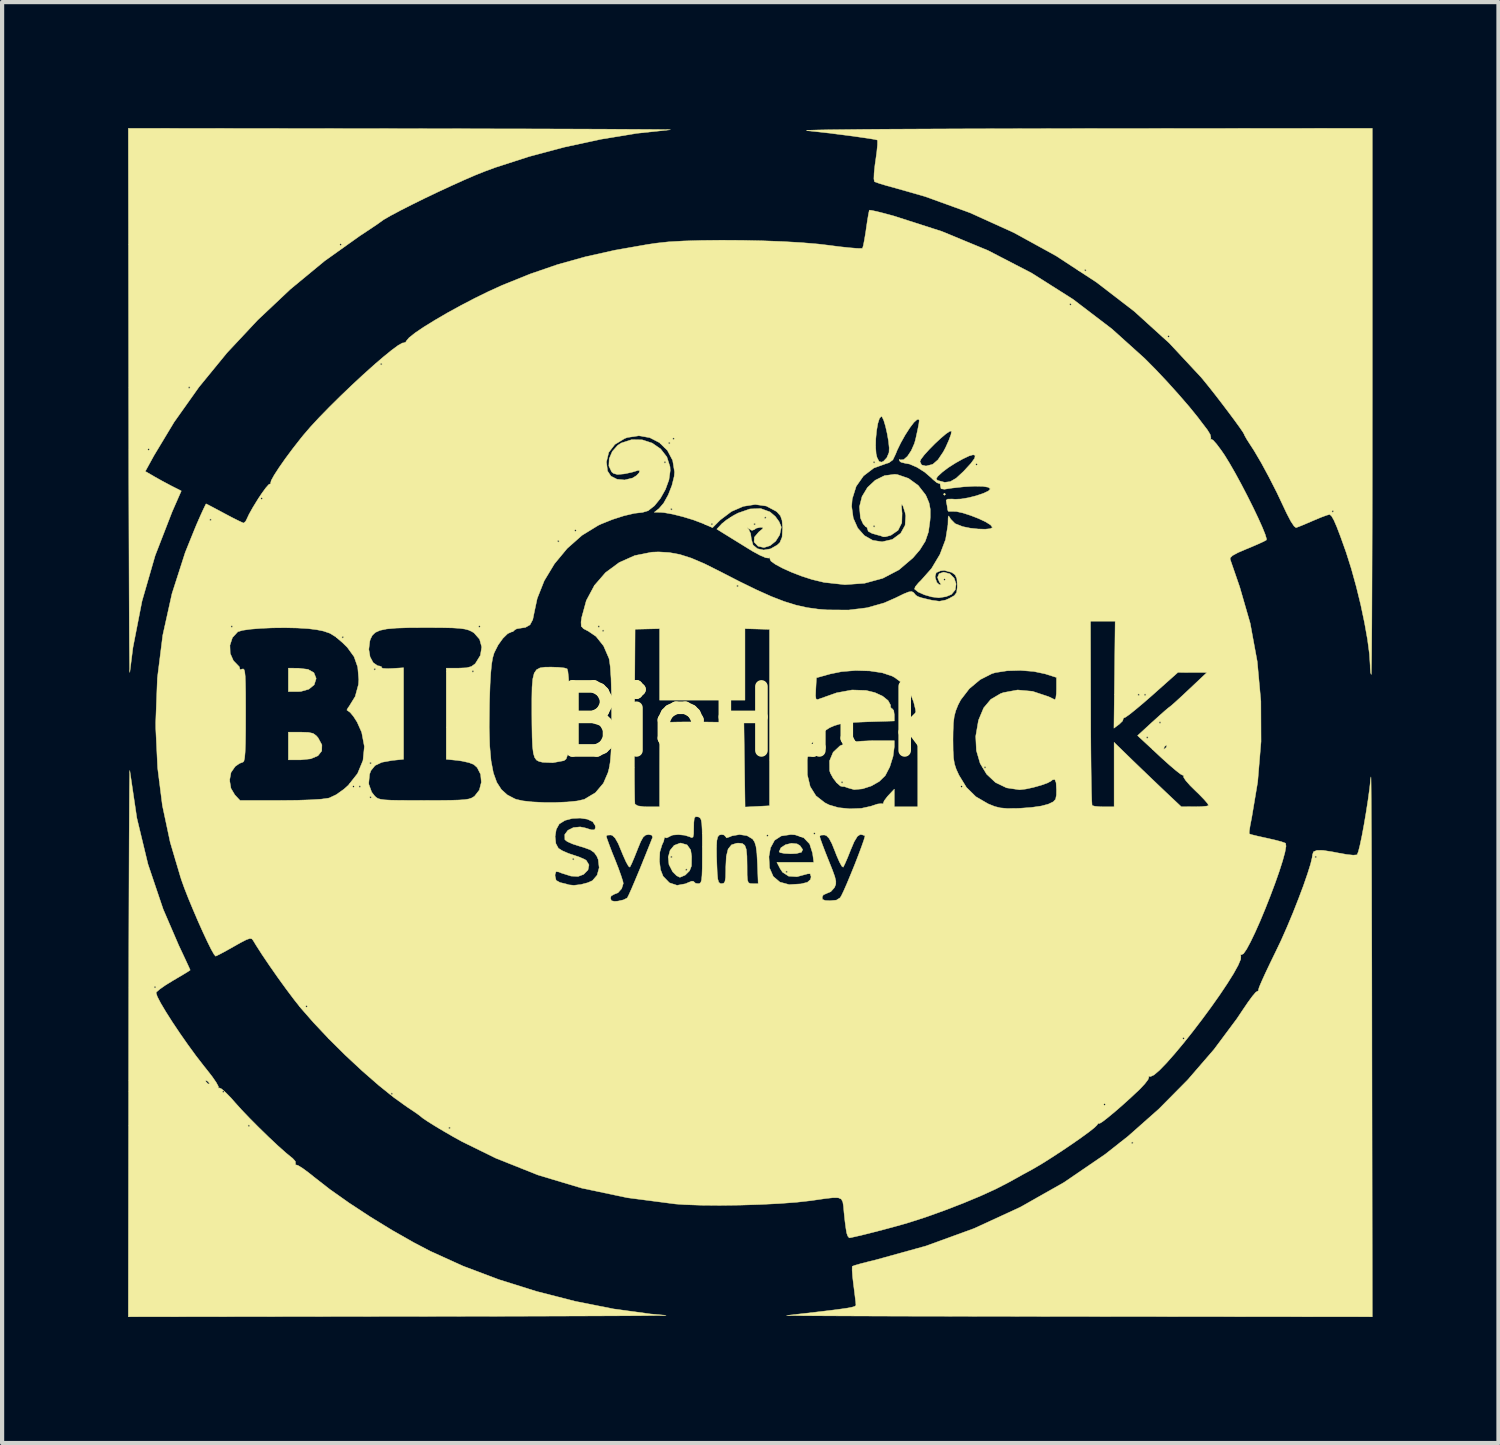
<source format=kicad_pcb>
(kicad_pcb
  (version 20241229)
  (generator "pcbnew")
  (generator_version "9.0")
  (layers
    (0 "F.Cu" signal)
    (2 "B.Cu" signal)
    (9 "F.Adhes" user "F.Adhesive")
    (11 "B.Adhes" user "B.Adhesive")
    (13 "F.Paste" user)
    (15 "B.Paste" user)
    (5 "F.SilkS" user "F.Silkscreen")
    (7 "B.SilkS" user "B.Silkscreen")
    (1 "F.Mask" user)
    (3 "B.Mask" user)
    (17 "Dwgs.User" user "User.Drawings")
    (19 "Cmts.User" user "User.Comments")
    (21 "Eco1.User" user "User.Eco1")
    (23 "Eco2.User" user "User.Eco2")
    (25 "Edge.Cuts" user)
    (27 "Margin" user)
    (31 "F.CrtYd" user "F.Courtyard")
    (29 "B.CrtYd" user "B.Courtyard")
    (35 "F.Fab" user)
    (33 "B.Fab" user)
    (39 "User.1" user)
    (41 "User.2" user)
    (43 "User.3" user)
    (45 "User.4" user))
  (footprint "BioHack"
    (layer "F.Cu")
    (at 14.788 14.127)
    (property "Reference" "BioHack" (at 0 0 0) (layer "F.SilkS") (effects (font (size 1.524 1.524) (thickness 0.3))))
    (attr through_hole)
    (fp_poly (pts (xy 4.674 -5.41) (xy 4.648 -5.385) (xy 4.623 -5.41) (xy 4.648 -5.436) (xy 4.674 -5.41)) (stroke (width 0.01) (type solid)) (fill yes) (layer "F.SilkS"))
    (fp_poly (pts (xy -10.732 -1.268) (xy -10.505 -1.241) (xy -10.365 -1.162) (xy -10.313 -1.032) (xy -10.312 -1.016) (xy -10.358 -0.873) (xy -10.485 -0.769) (xy -10.673 -0.715) (xy -10.752 -0.711) (xy -10.973 -0.711) (xy -10.973 -1.27) (xy -10.732 -1.268)) (stroke (width 0.01) (type solid)) (fill yes) (layer "F.SilkS"))
    (fp_poly (pts (xy -10.494 0.26) (xy -10.384 0.284) (xy -10.308 0.339) (xy -10.265 0.388) (xy -10.174 0.557) (xy -10.178 0.702) (xy -10.268 0.816) (xy -10.44 0.889) (xy -10.678 0.914) (xy -10.973 0.914) (xy -10.973 0.254) (xy -10.672 0.254) (xy -10.494 0.26)) (stroke (width 0.01) (type solid)) (fill yes) (layer "F.SilkS"))
    (fp_poly (pts (xy 1.138 2.914) (xy 1.209 2.957) (xy 1.273 3.05) (xy 1.245 3.112) (xy 1.122 3.144) (xy 0.991 3.15) (xy 0.838 3.142) (xy 0.736 3.122) (xy 0.711 3.102) (xy 0.755 3.005) (xy 0.865 2.934) (xy 1.004 2.9) (xy 1.138 2.914)) (stroke (width 0.01) (type solid)) (fill yes) (layer "F.SilkS"))
    (fp_poly (pts (xy -1.48 2.938) (xy -1.394 3.059) (xy -1.372 3.21) (xy -1.374 3.361) (xy -1.376 3.441) (xy -1.42 3.555) (xy -1.523 3.657) (xy -1.643 3.708) (xy -1.659 3.708) (xy -1.729 3.672) (xy -1.819 3.583) (xy -1.825 3.575) (xy -1.847 3.531) (xy -1.524 3.531) (xy -1.499 3.556) (xy -1.473 3.531) (xy -1.499 3.505) (xy -1.524 3.531) (xy -1.847 3.531) (xy -1.911 3.407) (xy -1.928 3.23) (xy -1.927 3.226) (xy -1.88 3.226) (xy -1.854 3.251) (xy -1.829 3.226) (xy -1.854 3.2) (xy -1.88 3.226) (xy -1.927 3.226) (xy -1.885 3.069) (xy -1.788 2.95) (xy -1.646 2.896) (xy -1.625 2.896) (xy -1.48 2.938)) (stroke (width 0.01) (type solid)) (fill yes) (layer "F.SilkS"))
    (fp_poly (pts (xy 3.454 0.597) (xy 3.424 0.831) (xy 3.347 1.079) (xy 3.241 1.284) (xy 3.238 1.289) (xy 3.096 1.428) (xy 2.905 1.536) (xy 2.695 1.604) (xy 2.498 1.622) (xy 2.342 1.579) (xy 2.339 1.577) (xy 2.258 1.548) (xy 2.231 1.552) (xy 2.17 1.537) (xy 2.084 1.46) (xy 2.074 1.448) (xy 2.184 1.448) (xy 2.21 1.473) (xy 2.235 1.448) (xy 2.21 1.422) (xy 2.184 1.448) (xy 2.074 1.448) (xy 1.997 1.349) (xy 1.932 1.23) (xy 1.914 1.174) (xy 1.912 0.937) (xy 1.998 0.732) (xy 2.16 0.58) (xy 2.312 0.514) (xy 2.456 0.488) (xy 2.664 0.469) (xy 2.9 0.458) (xy 2.985 0.457) (xy 3.454 0.457) (xy 3.454 0.597)) (stroke (width 0.01) (type solid)) (fill yes) (layer "F.SilkS"))
    (fp_poly (pts (xy -4.536 -1.289) (xy -4.399 -1.274) (xy -4.335 -1.253) (xy -4.317 -1.187) (xy -4.302 -1.039) (xy -4.289 -0.829) (xy -4.279 -0.578) (xy -4.273 -0.304) (xy -4.271 -0.028) (xy -4.273 0.23) (xy -4.281 0.45) (xy -4.291 0.591) (xy -4.32 0.783) (xy -4.359 0.891) (xy -4.411 0.933) (xy -4.677 0.982) (xy -4.915 0.972) (xy -4.925 0.97) (xy -5.006 0.951) (xy -5.066 0.918) (xy -5.11 0.856) (xy -5.14 0.754) (xy -5.159 0.598) (xy -5.169 0.375) (xy -5.174 0.072) (xy -5.176 -0.178) (xy -5.176 -0.542) (xy -5.171 -0.817) (xy -5.153 -1.015) (xy -5.12 -1.149) (xy -5.064 -1.232) (xy -4.981 -1.276) (xy -4.866 -1.293) (xy -4.714 -1.295) (xy -4.714 -1.295) (xy -4.536 -1.289)) (stroke (width 0.01) (type solid)) (fill yes) (layer "F.SilkS"))
    (fp_poly (pts (xy -8.217 -14.114) (xy -7.414 -14.112) (xy -6.642 -14.111) (xy -5.908 -14.109) (xy -5.217 -14.108) (xy -4.575 -14.106) (xy -3.987 -14.104) (xy -3.459 -14.102) (xy -2.997 -14.099) (xy -2.607 -14.097) (xy -2.294 -14.095) (xy -2.064 -14.093) (xy -1.923 -14.09) (xy -1.876 -14.088) (xy -1.88 -14.088) (xy -2.681 -14.002) (xy -3.531 -13.862) (xy -4.396 -13.675) (xy -5.244 -13.449) (xy -6.043 -13.191) (xy -6.287 -13.101) (xy -6.518 -13.009) (xy -6.793 -12.89) (xy -7.099 -12.752) (xy -7.42 -12.603) (xy -7.74 -12.45) (xy -8.043 -12.3) (xy -8.315 -12.162) (xy -8.54 -12.042) (xy -8.703 -11.948) (xy -8.788 -11.887) (xy -8.839 -11.85) (xy -8.956 -11.771) (xy -9.121 -11.661) (xy -9.271 -11.562) (xy -10.109 -10.965) (xy -10.924 -10.292) (xy -11.703 -9.558) (xy -12.434 -8.777) (xy -13.101 -7.962) (xy -13.693 -7.127) (xy -14.172 -6.332) (xy -14.379 -5.955) (xy -14.162 -5.829) (xy -13.977 -5.725) (xy -13.782 -5.621) (xy -13.733 -5.596) (xy -13.522 -5.489) (xy -13.74 -4.992) (xy -14.145 -3.947) (xy -14.457 -2.866) (xy -14.673 -1.76) (xy -14.748 -1.168) (xy -14.751 -1.196) (xy -14.753 -1.32) (xy -14.755 -1.533) (xy -14.758 -1.831) (xy -14.76 -2.208) (xy -14.762 -2.657) (xy -14.764 -3.173) (xy -14.766 -3.75) (xy -14.768 -4.383) (xy -14.77 -5.066) (xy -14.772 -5.792) (xy -14.773 -6.477) (xy -14.326 -6.477) (xy -14.3 -6.452) (xy -14.275 -6.477) (xy -14.3 -6.502) (xy -14.326 -6.477) (xy -14.773 -6.477) (xy -14.773 -6.557) (xy -14.774 -7.354) (xy -14.775 -7.556) (xy -14.775 -7.95) (xy -13.36 -7.95) (xy -13.335 -7.925) (xy -13.31 -7.95) (xy -13.335 -7.976) (xy -13.36 -7.95) (xy -14.775 -7.95) (xy -14.779 -11.354) (xy -9.754 -11.354) (xy -9.728 -11.328) (xy -9.703 -11.354) (xy -9.728 -11.379) (xy -9.754 -11.354) (xy -14.779 -11.354) (xy -14.783 -14.122) (xy -8.217 -14.114)) (stroke (width 0.01) (type solid)) (fill yes) (layer "F.SilkS"))
    (fp_poly (pts (xy 14.803 1.348) (xy 14.805 1.472) (xy 14.807 1.685) (xy 14.809 1.983) (xy 14.811 2.359) (xy 14.814 2.808) (xy 14.816 3.323) (xy 14.818 3.9) (xy 14.819 4.532) (xy 14.821 5.214) (xy 14.823 5.939) (xy 14.824 6.702) (xy 14.825 7.497) (xy 14.825 7.658) (xy 14.834 14.173) (xy 7.785 14.166) (xy 6.951 14.165) (xy 6.146 14.163) (xy 5.378 14.162) (xy 4.651 14.16) (xy 3.972 14.159) (xy 3.344 14.157) (xy 2.776 14.155) (xy 2.271 14.153) (xy 1.836 14.151) (xy 1.475 14.149) (xy 1.196 14.147) (xy 1.003 14.144) (xy 0.902 14.142) (xy 0.889 14.141) (xy 1.343 14.09) (xy 1.706 14.048) (xy 1.989 14.014) (xy 2.2 13.986) (xy 2.35 13.964) (xy 2.449 13.944) (xy 2.507 13.927) (xy 2.534 13.91) (xy 2.54 13.894) (xy 2.534 13.818) (xy 2.516 13.67) (xy 2.492 13.477) (xy 2.484 13.416) (xy 2.461 13.221) (xy 2.45 13.068) (xy 2.451 12.981) (xy 2.455 12.971) (xy 2.513 12.949) (xy 2.648 12.91) (xy 2.839 12.861) (xy 3.007 12.82) (xy 4.205 12.488) (xy 5.354 12.07) (xy 6.45 11.565) (xy 7.491 10.976) (xy 8.476 10.303) (xy 8.819 10.033) (xy 9.093 10.033) (xy 9.119 10.058) (xy 9.144 10.033) (xy 9.119 10.008) (xy 9.093 10.033) (xy 8.819 10.033) (xy 9.017 9.877) (xy 9.751 9.227) (xy 10.44 8.531) (xy 11.066 7.807) (xy 11.612 7.074) (xy 11.747 6.872) (xy 11.873 6.686) (xy 11.981 6.539) (xy 12.059 6.448) (xy 12.091 6.427) (xy 12.122 6.411) (xy 12.123 6.388) (xy 12.142 6.324) (xy 12.201 6.185) (xy 12.291 5.987) (xy 12.406 5.745) (xy 12.532 5.486) (xy 12.666 5.206) (xy 12.805 4.891) (xy 12.944 4.559) (xy 13.075 4.226) (xy 13.194 3.91) (xy 13.292 3.626) (xy 13.365 3.393) (xy 13.405 3.226) (xy 13.405 3.226) (xy 13.462 3.226) (xy 13.487 3.251) (xy 13.513 3.226) (xy 13.487 3.2) (xy 13.462 3.226) (xy 13.405 3.226) (xy 13.411 3.169) (xy 13.435 3.101) (xy 13.516 3.068) (xy 13.664 3.069) (xy 13.892 3.105) (xy 13.999 3.126) (xy 14.219 3.166) (xy 14.381 3.183) (xy 14.467 3.175) (xy 14.473 3.171) (xy 14.502 3.098) (xy 14.541 2.943) (xy 14.587 2.725) (xy 14.636 2.462) (xy 14.685 2.173) (xy 14.731 1.878) (xy 14.77 1.594) (xy 14.798 1.341) (xy 14.8 1.321) (xy 14.803 1.348)) (stroke (width 0.01) (type solid)) (fill yes) (layer "F.SilkS"))
    (fp_poly (pts (xy 14.834 -7.62) (xy 14.833 -6.816) (xy 14.833 -6.041) (xy 14.832 -5.3) (xy 14.831 -4.6) (xy 14.829 -3.947) (xy 14.827 -3.346) (xy 14.825 -2.804) (xy 14.823 -2.326) (xy 14.82 -1.919) (xy 14.818 -1.589) (xy 14.815 -1.342) (xy 14.812 -1.183) (xy 14.809 -1.119) (xy 14.808 -1.118) (xy 14.793 -1.163) (xy 14.784 -1.277) (xy 14.783 -1.333) (xy 14.766 -1.605) (xy 14.72 -1.951) (xy 14.649 -2.349) (xy 14.559 -2.777) (xy 14.452 -3.213) (xy 14.335 -3.636) (xy 14.212 -4.024) (xy 14.198 -4.064) (xy 14.082 -4.389) (xy 13.991 -4.628) (xy 13.921 -4.79) (xy 13.867 -4.886) (xy 13.825 -4.925) (xy 13.813 -4.928) (xy 13.742 -4.908) (xy 13.607 -4.858) (xy 13.436 -4.786) (xy 13.42 -4.779) (xy 13.245 -4.704) (xy 13.102 -4.645) (xy 13.021 -4.615) (xy 13.018 -4.614) (xy 12.971 -4.651) (xy 12.894 -4.767) (xy 12.799 -4.949) (xy 12.773 -5.004) (xy 13.868 -5.004) (xy 13.894 -4.978) (xy 13.919 -5.004) (xy 13.894 -5.029) (xy 13.868 -5.004) (xy 12.773 -5.004) (xy 12.737 -5.08) (xy 12.564 -5.446) (xy 12.376 -5.815) (xy 12.19 -6.159) (xy 12.018 -6.451) (xy 11.929 -6.588) (xy 11.847 -6.716) (xy 11.795 -6.807) (xy 11.786 -6.832) (xy 11.756 -6.886) (xy 11.675 -7.004) (xy 11.555 -7.17) (xy 11.408 -7.367) (xy 11.246 -7.581) (xy 11.081 -7.795) (xy 10.924 -7.993) (xy 10.788 -8.16) (xy 10.75 -8.204) (xy 9.997 -9.012) (xy 9.823 -9.169) (xy 9.957 -9.169) (xy 9.982 -9.144) (xy 10.008 -9.169) (xy 9.982 -9.195) (xy 9.957 -9.169) (xy 9.823 -9.169) (xy 9.165 -9.766) (xy 8.264 -10.459) (xy 7.827 -10.744) (xy 7.976 -10.744) (xy 8.001 -10.719) (xy 8.026 -10.744) (xy 8.001 -10.77) (xy 7.976 -10.744) (xy 7.827 -10.744) (xy 7.304 -11.086) (xy 6.298 -11.639) (xy 5.254 -12.112) (xy 4.185 -12.499) (xy 3.48 -12.7) (xy 3.275 -12.756) (xy 3.107 -12.806) (xy 3.001 -12.844) (xy 2.98 -12.855) (xy 2.968 -12.919) (xy 2.973 -13.058) (xy 2.993 -13.248) (xy 3.009 -13.358) (xy 3.037 -13.562) (xy 3.053 -13.726) (xy 3.054 -13.825) (xy 3.048 -13.843) (xy 2.985 -13.858) (xy 2.84 -13.882) (xy 2.632 -13.912) (xy 2.381 -13.947) (xy 2.105 -13.982) (xy 1.823 -14.017) (xy 1.556 -14.047) (xy 1.372 -14.066) (xy 1.363 -14.072) (xy 1.453 -14.077) (xy 1.636 -14.083) (xy 1.909 -14.088) (xy 2.268 -14.092) (xy 2.71 -14.097) (xy 3.229 -14.101) (xy 3.822 -14.104) (xy 4.486 -14.107) (xy 5.216 -14.11) (xy 6.008 -14.112) (xy 6.859 -14.114) (xy 7.765 -14.116) (xy 7.887 -14.116) (xy 14.834 -14.122) (xy 14.834 -7.62)) (stroke (width 0.01) (type solid)) (fill yes) (layer "F.SilkS"))
    (fp_poly (pts (xy -14.748 1.168) (xy -14.58 2.299) (xy -14.315 3.398) (xy -13.954 4.468) (xy -13.583 5.329) (xy -13.48 5.548) (xy -13.394 5.732) (xy -13.335 5.861) (xy -13.31 5.918) (xy -13.31 5.919) (xy -13.35 5.947) (xy -13.46 6.015) (xy -13.619 6.109) (xy -13.716 6.166) (xy -13.894 6.275) (xy -14.032 6.372) (xy -14.111 6.44) (xy -14.122 6.461) (xy -14.093 6.55) (xy -14.012 6.706) (xy -13.889 6.913) (xy -13.734 7.157) (xy -13.556 7.423) (xy -13.365 7.696) (xy -13.171 7.962) (xy -12.983 8.205) (xy -12.918 8.286) (xy -12.787 8.454) (xy -12.691 8.593) (xy -12.64 8.687) (xy -12.638 8.713) (xy -12.64 8.732) (xy -12.62 8.723) (xy -12.566 8.746) (xy -12.466 8.833) (xy -12.334 8.968) (xy -12.244 9.071) (xy -12.09 9.242) (xy -11.893 9.448) (xy -11.671 9.671) (xy -11.442 9.894) (xy -11.225 10.098) (xy -11.036 10.266) (xy -10.896 10.382) (xy -10.874 10.397) (xy -10.806 10.473) (xy -10.802 10.532) (xy -10.811 10.565) (xy -10.796 10.555) (xy -10.743 10.57) (xy -10.631 10.639) (xy -10.48 10.751) (xy -10.369 10.84) (xy -9.983 11.141) (xy -9.527 11.463) (xy -9.026 11.792) (xy -8.504 12.112) (xy -7.985 12.407) (xy -7.595 12.611) (xy -6.816 12.965) (xy -5.965 13.286) (xy -5.066 13.568) (xy -4.146 13.804) (xy -3.23 13.986) (xy -2.343 14.107) (xy -1.981 14.139) (xy -2.002 14.141) (xy -2.12 14.143) (xy -2.327 14.145) (xy -2.619 14.148) (xy -2.989 14.15) (xy -3.432 14.152) (xy -3.943 14.154) (xy -4.515 14.156) (xy -5.143 14.158) (xy -5.821 14.16) (xy -6.543 14.161) (xy -7.304 14.163) (xy -8.098 14.164) (xy -8.268 14.164) (xy -14.783 14.173) (xy -14.777 9.627) (xy -11.938 9.627) (xy -11.913 9.652) (xy -11.887 9.627) (xy -11.913 9.601) (xy -11.938 9.627) (xy -14.777 9.627) (xy -14.776 8.814) (xy -12.548 8.814) (xy -12.522 8.839) (xy -12.497 8.814) (xy -12.522 8.788) (xy -12.548 8.814) (xy -14.776 8.814) (xy -14.776 8.549) (xy -12.946 8.549) (xy -12.933 8.577) (xy -12.882 8.632) (xy -12.853 8.621) (xy -12.852 8.614) (xy -12.888 8.571) (xy -12.911 8.555) (xy -12.946 8.549) (xy -14.776 8.549) (xy -14.775 7.582) (xy -14.774 6.776) (xy -14.773 6.325) (xy -14.173 6.325) (xy -14.148 6.35) (xy -14.122 6.325) (xy -14.148 6.299) (xy -14.173 6.325) (xy -14.773 6.325) (xy -14.772 6.001) (xy -14.771 5.263) (xy -14.769 4.568) (xy -14.767 3.92) (xy -14.765 3.326) (xy -14.763 2.793) (xy -14.76 2.324) (xy -14.758 1.927) (xy -14.756 1.607) (xy -14.753 1.37) (xy -14.751 1.221) (xy -14.748 1.166) (xy -14.748 1.168)) (stroke (width 0.01) (type solid)) (fill yes) (layer "F.SilkS"))
    (fp_poly (pts (xy 2.914 -12.168) (xy 3.044 -12.14) (xy 3.232 -12.092) (xy 3.433 -12.038) (xy 4.585 -11.668) (xy 5.683 -11.214) (xy 6.724 -10.675) (xy 7.708 -10.052) (xy 8.634 -9.346) (xy 9.417 -8.641) (xy 9.674 -8.382) (xy 9.949 -8.09) (xy 10.222 -7.787) (xy 10.473 -7.497) (xy 10.68 -7.242) (xy 10.759 -7.137) (xy 10.814 -7.065) (xy 10.898 -6.955) (xy 10.909 -6.941) (xy 10.976 -6.83) (xy 10.993 -6.747) (xy 10.989 -6.738) (xy 10.983 -6.708) (xy 11 -6.72) (xy 11.044 -6.697) (xy 11.127 -6.604) (xy 11.237 -6.457) (xy 11.318 -6.339) (xy 11.437 -6.145) (xy 11.572 -5.91) (xy 11.715 -5.647) (xy 11.858 -5.372) (xy 11.994 -5.1) (xy 12.115 -4.847) (xy 12.214 -4.627) (xy 12.283 -4.456) (xy 12.315 -4.349) (xy 12.313 -4.321) (xy 12.248 -4.285) (xy 12.113 -4.223) (xy 11.932 -4.145) (xy 11.846 -4.11) (xy 11.633 -4.019) (xy 11.505 -3.949) (xy 11.451 -3.894) (xy 11.45 -3.862) (xy 11.476 -3.786) (xy 11.528 -3.635) (xy 11.598 -3.432) (xy 11.678 -3.2) (xy 11.927 -2.337) (xy 12.095 -1.425) (xy 12.181 -0.482) (xy 12.185 0.478) (xy 12.105 1.44) (xy 11.962 2.294) (xy 11.927 2.472) (xy 11.906 2.608) (xy 11.903 2.673) (xy 11.904 2.675) (xy 11.959 2.694) (xy 12.089 2.726) (xy 12.268 2.766) (xy 12.324 2.778) (xy 12.517 2.822) (xy 12.672 2.863) (xy 12.761 2.895) (xy 12.77 2.9) (xy 12.78 2.969) (xy 12.755 3.112) (xy 12.699 3.317) (xy 12.619 3.568) (xy 12.52 3.85) (xy 12.407 4.151) (xy 12.287 4.455) (xy 12.165 4.749) (xy 12.046 5.017) (xy 11.936 5.246) (xy 11.842 5.421) (xy 11.768 5.528) (xy 11.72 5.553) (xy 11.693 5.555) (xy 11.705 5.581) (xy 11.701 5.661) (xy 11.64 5.805) (xy 11.531 6.002) (xy 11.382 6.24) (xy 11.202 6.509) (xy 10.998 6.798) (xy 10.78 7.094) (xy 10.556 7.387) (xy 10.334 7.666) (xy 10.122 7.919) (xy 9.93 8.136) (xy 9.766 8.305) (xy 9.637 8.415) (xy 9.554 8.454) (xy 9.538 8.45) (xy 9.507 8.448) (xy 9.515 8.467) (xy 9.496 8.524) (xy 9.418 8.627) (xy 9.297 8.756) (xy 9.281 8.771) (xy 9.086 8.954) (xy 8.887 9.134) (xy 8.7 9.296) (xy 8.537 9.431) (xy 8.413 9.527) (xy 8.341 9.571) (xy 8.33 9.569) (xy 8.308 9.568) (xy 8.279 9.61) (xy 8.217 9.671) (xy 8.087 9.774) (xy 7.903 9.908) (xy 7.684 10.061) (xy 7.445 10.222) (xy 7.205 10.379) (xy 6.979 10.522) (xy 6.784 10.637) (xy 6.731 10.667) (xy 6.523 10.78) (xy 6.306 10.901) (xy 6.172 10.975) (xy 5.877 11.127) (xy 5.508 11.296) (xy 5.088 11.471) (xy 4.642 11.643) (xy 4.195 11.803) (xy 3.835 11.919) (xy 3.657 11.972) (xy 3.434 12.034) (xy 3.188 12.1) (xy 2.941 12.164) (xy 2.714 12.221) (xy 2.53 12.264) (xy 2.411 12.29) (xy 2.38 12.294) (xy 2.345 12.251) (xy 2.32 12.179) (xy 2.302 12.072) (xy 2.279 11.901) (xy 2.258 11.702) (xy 2.257 11.697) (xy 2.244 11.543) (xy 2.227 11.437) (xy 2.191 11.371) (xy 2.12 11.34) (xy 1.998 11.338) (xy 1.81 11.359) (xy 1.54 11.398) (xy 1.473 11.408) (xy 1.134 11.446) (xy 0.721 11.477) (xy 0.259 11.5) (xy -0.224 11.515) (xy -0.703 11.521) (xy -1.151 11.517) (xy -1.542 11.503) (xy -1.756 11.488) (xy -2.9 11.339) (xy -3.988 11.11) (xy -5.029 10.798) (xy -6.03 10.399) (xy -6.833 10.005) (xy -7.05 9.885) (xy -7.273 9.756) (xy -7.405 9.677) (xy -7.163 9.677) (xy -7.137 9.703) (xy -7.112 9.677) (xy -7.137 9.652) (xy -7.163 9.677) (xy -7.405 9.677) (xy -7.482 9.631) (xy -7.658 9.521) (xy -7.779 9.439) (xy -7.823 9.402) (xy -7.876 9.361) (xy -7.989 9.282) (xy -8.135 9.185) (xy -8.228 9.119) (xy 8.433 9.119) (xy 8.458 9.144) (xy 8.484 9.119) (xy 8.458 9.093) (xy 8.433 9.119) (xy -8.228 9.119) (xy -8.457 8.955) (xy -8.57 8.865) (xy -8.534 8.865) (xy -8.509 8.89) (xy -8.484 8.865) (xy -8.509 8.839) (xy -8.534 8.865) (xy -8.57 8.865) (xy -8.823 8.661) (xy -9.216 8.318) (xy -9.618 7.944) (xy -10.011 7.554) (xy -10.02 7.544) (xy 10.312 7.544) (xy 10.338 7.569) (xy 10.363 7.544) (xy 10.338 7.518) (xy 10.312 7.544) (xy -10.02 7.544) (xy -10.378 7.164) (xy -10.671 6.829) (xy -10.709 6.782) (xy -10.566 6.782) (xy -10.541 6.807) (xy -10.516 6.782) (xy -10.541 6.756) (xy -10.566 6.782) (xy -10.709 6.782) (xy -10.829 6.631) (xy -11.017 6.381) (xy -11.22 6.101) (xy -11.42 5.815) (xy -11.601 5.547) (xy -11.746 5.321) (xy -11.811 5.213) (xy -11.842 5.175) (xy -11.891 5.167) (xy -11.974 5.196) (xy -12.112 5.267) (xy -12.268 5.355) (xy -12.449 5.457) (xy -12.596 5.536) (xy -12.687 5.581) (xy -12.705 5.588) (xy -12.743 5.543) (xy -12.812 5.421) (xy -12.903 5.237) (xy -13.01 5.008) (xy -13.126 4.749) (xy -13.242 4.478) (xy -13.353 4.211) (xy -13.45 3.963) (xy -13.523 3.759) (xy -13.548 3.677) (xy -4.623 3.677) (xy -4.598 3.782) (xy -4.505 3.834) (xy -4.483 3.839) (xy -4.362 3.868) (xy -4.293 3.889) (xy -4.175 3.901) (xy -4.01 3.882) (xy -3.845 3.839) (xy -3.734 3.79) (xy -3.622 3.66) (xy -3.573 3.482) (xy -3.595 3.289) (xy -3.626 3.213) (xy -3.689 3.122) (xy -3.783 3.056) (xy -3.938 2.999) (xy -4.034 2.971) (xy -4.205 2.916) (xy -4.333 2.859) (xy -4.39 2.813) (xy -4.391 2.731) (xy -3.404 2.731) (xy -3.385 2.795) (xy -3.336 2.93) (xy -3.265 3.117) (xy -3.2 3.277) (xy -3.116 3.491) (xy -3.05 3.676) (xy -3.008 3.807) (xy -2.999 3.857) (xy -3.037 3.979) (xy -3.125 4.078) (xy -3.219 4.115) (xy -3.289 4.156) (xy -3.302 4.206) (xy -3.283 4.267) (xy -3.208 4.283) (xy -3.126 4.277) (xy -2.994 4.247) (xy -2.907 4.203) (xy -2.903 4.198) (xy -2.869 4.132) (xy -2.803 3.985) (xy -2.712 3.771) (xy -2.601 3.505) (xy -2.525 3.318) (xy -2.139 3.318) (xy -2.112 3.528) (xy -2.051 3.685) (xy -1.9 3.841) (xy -1.718 3.901) (xy -1.513 3.863) (xy -1.46 3.838) (xy -1.365 3.801) (xy -1.321 3.81) (xy -1.321 3.813) (xy -1.278 3.852) (xy -1.219 3.861) (xy -1.181 3.856) (xy -1.153 3.831) (xy -1.135 3.772) (xy -1.125 3.663) (xy -1.119 3.49) (xy -1.118 3.237) (xy -1.118 3.079) (xy -1.118 2.987) (xy -0.779 2.987) (xy -0.777 3.216) (xy -0.771 3.391) (xy -0.762 3.612) (xy -0.749 3.751) (xy -0.727 3.826) (xy -0.693 3.856) (xy -0.657 3.861) (xy -0.607 3.851) (xy -0.578 3.808) (xy -0.563 3.711) (xy -0.559 3.54) (xy -0.559 3.471) (xy -0.546 3.211) (xy -0.503 3.038) (xy -0.422 2.937) (xy -0.298 2.898) (xy -0.252 2.896) (xy -0.163 2.906) (xy -0.105 2.95) (xy -0.071 3.043) (xy -0.055 3.203) (xy -0.051 3.447) (xy -0.051 3.459) (xy -0.05 3.659) (xy -0.041 3.778) (xy -0.019 3.838) (xy 0.024 3.858) (xy 0.081 3.861) (xy 0.213 3.861) (xy 0.195 3.383) (xy 0.186 3.217) (xy 0.469 3.217) (xy 0.483 3.486) (xy 0.572 3.69) (xy 0.73 3.824) (xy 0.951 3.884) (xy 1.23 3.867) (xy 1.384 3.829) (xy 1.457 3.764) (xy 1.473 3.7) (xy 1.451 3.625) (xy 1.392 3.627) (xy 1.136 3.696) (xy 0.937 3.683) (xy 0.792 3.588) (xy 0.788 3.581) (xy 0.864 3.581) (xy 0.889 3.607) (xy 0.914 3.581) (xy 0.889 3.556) (xy 0.864 3.581) (xy 0.788 3.581) (xy 0.736 3.504) (xy 0.658 3.353) (xy 1.537 3.353) (xy 1.508 3.137) (xy 1.438 2.916) (xy 1.299 2.77) (xy 1.196 2.734) (xy 1.676 2.734) (xy 1.695 2.799) (xy 1.744 2.936) (xy 1.816 3.124) (xy 1.888 3.305) (xy 1.98 3.535) (xy 2.037 3.693) (xy 2.062 3.799) (xy 2.061 3.873) (xy 2.037 3.937) (xy 2.026 3.958) (xy 1.941 4.053) (xy 1.853 4.089) (xy 1.764 4.129) (xy 1.737 4.178) (xy 1.744 4.236) (xy 1.81 4.262) (xy 1.925 4.267) (xy 2.075 4.253) (xy 2.161 4.199) (xy 2.191 4.154) (xy 2.25 4.031) (xy 2.328 3.853) (xy 2.417 3.639) (xy 2.51 3.411) (xy 2.597 3.186) (xy 2.672 2.986) (xy 2.727 2.829) (xy 2.754 2.737) (xy 2.754 2.72) (xy 2.685 2.696) (xy 2.641 2.692) (xy 2.576 2.734) (xy 2.498 2.863) (xy 2.414 3.061) (xy 2.342 3.241) (xy 2.28 3.384) (xy 2.24 3.464) (xy 2.236 3.47) (xy 2.203 3.445) (xy 2.147 3.343) (xy 2.078 3.185) (xy 2.051 3.114) (xy 1.968 2.908) (xy 1.901 2.783) (xy 1.839 2.719) (xy 1.789 2.702) (xy 1.701 2.707) (xy 1.676 2.734) (xy 1.196 2.734) (xy 1.092 2.699) (xy 0.991 2.692) (xy 0.762 2.726) (xy 0.603 2.829) (xy 0.506 3.009) (xy 0.469 3.217) (xy 0.186 3.217) (xy 0.182 3.141) (xy 0.161 2.977) (xy 0.128 2.87) (xy 0.081 2.799) (xy -0.052 2.719) (xy -0.058 2.718) (xy 0.406 2.718) (xy 0.432 2.743) (xy 0.457 2.718) (xy 0.432 2.692) (xy 0.406 2.718) (xy -0.058 2.718) (xy -0.231 2.692) (xy -0.411 2.723) (xy -0.461 2.745) (xy -0.541 2.772) (xy -0.559 2.745) (xy -0.601 2.702) (xy -0.657 2.692) (xy -0.712 2.703) (xy -0.749 2.746) (xy -0.771 2.835) (xy -0.779 2.987) (xy -1.118 2.987) (xy -1.118 2.782) (xy -1.12 2.667) (xy 1.524 2.667) (xy 1.549 2.692) (xy 1.575 2.667) (xy 1.549 2.642) (xy 1.524 2.667) (xy -1.12 2.667) (xy -1.122 2.57) (xy -1.13 2.429) (xy -1.145 2.343) (xy -1.168 2.298) (xy -1.202 2.276) (xy -1.219 2.271) (xy -1.278 2.266) (xy -1.308 2.303) (xy -1.319 2.404) (xy -1.321 2.521) (xy -1.324 2.678) (xy -1.338 2.753) (xy -1.372 2.766) (xy -1.419 2.745) (xy -1.539 2.708) (xy -1.686 2.694) (xy -1.821 2.704) (xy -1.902 2.739) (xy -1.906 2.744) (xy -1.967 2.773) (xy -1.986 2.766) (xy -2.023 2.764) (xy -2.022 2.778) (xy -2.036 2.849) (xy -2.077 2.939) (xy -2.128 3.106) (xy -2.139 3.318) (xy -2.525 3.318) (xy -2.477 3.199) (xy -2.345 2.87) (xy -2.3 2.756) (xy -2.32 2.706) (xy -2.4 2.692) (xy -2.468 2.705) (xy -2.525 2.754) (xy -2.584 2.86) (xy -2.659 3.042) (xy -2.666 3.061) (xy -2.738 3.241) (xy -2.799 3.384) (xy -2.839 3.463) (xy -2.843 3.469) (xy -2.876 3.444) (xy -2.933 3.342) (xy -3.004 3.184) (xy -3.033 3.113) (xy -3.12 2.904) (xy -3.192 2.777) (xy -3.257 2.714) (xy -3.295 2.702) (xy -3.381 2.707) (xy -3.404 2.731) (xy -4.391 2.731) (xy -4.392 2.691) (xy -4.317 2.591) (xy -4.187 2.526) (xy -4.025 2.51) (xy -3.906 2.534) (xy -3.758 2.58) (xy -3.683 2.58) (xy -3.662 2.53) (xy -3.667 2.479) (xy -3.726 2.386) (xy -3.855 2.326) (xy -4.026 2.3) (xy -4.212 2.309) (xy -4.386 2.355) (xy -4.52 2.438) (xy -4.524 2.441) (xy -4.595 2.57) (xy -4.622 2.74) (xy -4.604 2.906) (xy -4.544 3.018) (xy -4.451 3.077) (xy -4.302 3.142) (xy -4.208 3.173) (xy -4.047 3.227) (xy -3.921 3.282) (xy -3.88 3.307) (xy -3.815 3.415) (xy -3.839 3.535) (xy -3.942 3.64) (xy -4.075 3.69) (xy -4.243 3.681) (xy -4.466 3.611) (xy -4.534 3.583) (xy -4.6 3.574) (xy -4.622 3.64) (xy -4.623 3.677) (xy -13.548 3.677) (xy -13.667 3.277) (xy -4.216 3.277) (xy -4.191 3.302) (xy -4.166 3.277) (xy -4.191 3.251) (xy -4.216 3.277) (xy -13.667 3.277) (xy -13.786 2.874) (xy -13.972 1.999) (xy -14.048 1.399) (xy -12.372 1.399) (xy -12.34 1.591) (xy -12.247 1.748) (xy -12.123 1.88) (xy -11.16 1.88) (xy -10.767 1.876) (xy -10.439 1.865) (xy -10.188 1.849) (xy -10.023 1.826) (xy -9.994 1.819) (xy -9.962 1.803) (xy -9.042 1.803) (xy -9.017 1.829) (xy -8.992 1.803) (xy -9.017 1.778) (xy -9.042 1.803) (xy -9.962 1.803) (xy -9.834 1.743) (xy -9.651 1.613) (xy -9.579 1.549) (xy -9.449 1.549) (xy -9.423 1.575) (xy -9.398 1.549) (xy -9.296 1.549) (xy -9.271 1.575) (xy -9.246 1.549) (xy -9.271 1.524) (xy -9.296 1.549) (xy -9.398 1.549) (xy -9.423 1.524) (xy -9.449 1.549) (xy -9.579 1.549) (xy -9.547 1.52) (xy -9.518 1.484) (xy -9.061 1.484) (xy -8.989 1.682) (xy -8.925 1.765) (xy -8.887 1.803) (xy -8.843 1.832) (xy -8.778 1.852) (xy -8.678 1.866) (xy -8.53 1.874) (xy -8.319 1.878) (xy -8.031 1.879) (xy -7.745 1.88) (xy -7.385 1.879) (xy -7.112 1.876) (xy -6.912 1.87) (xy -6.771 1.86) (xy -6.674 1.844) (xy -6.607 1.821) (xy -6.556 1.79) (xy -6.541 1.78) (xy -6.426 1.633) (xy -6.378 1.448) (xy -6.395 1.259) (xy -6.478 1.096) (xy -6.56 1.023) (xy -6.672 0.98) (xy -6.838 0.943) (xy -6.94 0.928) (xy -7.214 0.9) (xy -7.214 0.135) (xy -6.191 0.135) (xy -6.179 0.577) (xy -6.147 0.937) (xy -6.092 1.224) (xy -6.011 1.449) (xy -5.901 1.62) (xy -5.761 1.747) (xy -5.586 1.839) (xy -5.549 1.854) (xy -5.388 1.89) (xy -5.158 1.915) (xy -4.886 1.928) (xy -4.601 1.928) (xy -4.329 1.916) (xy -4.099 1.893) (xy -3.938 1.857) (xy -3.923 1.852) (xy -3.661 1.695) (xy -3.472 1.471) (xy -3.364 1.221) (xy -3.333 1.105) (xy -3.311 0.97) (xy -3.295 0.799) (xy -3.291 0.72) (xy -2.734 0.72) (xy -2.734 1.096) (xy -2.733 1.419) (xy -2.73 1.677) (xy -2.727 1.86) (xy -2.722 1.957) (xy -2.72 1.968) (xy -2.653 2.009) (xy -2.499 2.03) (xy -2.415 2.032) (xy -2.134 2.032) (xy -2.134 1.042) (xy -2.133 0.703) (xy -2.131 0.451) (xy -2.126 0.273) (xy -2.117 0.156) (xy -2.101 0.086) (xy -2.077 0.05) (xy -2.044 0.033) (xy -2.019 0.027) (xy -1.932 0.019) (xy -1.763 0.014) (xy -1.53 0.011) (xy -1.254 0.011) (xy -1.016 0.013) (xy -0.127 0.025) (xy -0.113 1.031) (xy -0.099 2.037) (xy 0.192 2.022) (xy 0.483 2.007) (xy 0.483 0.918) (xy 1.381 0.918) (xy 1.384 1.27) (xy 1.451 1.55) (xy 1.588 1.769) (xy 1.8 1.935) (xy 1.903 1.987) (xy 2.126 2.052) (xy 2.396 2.079) (xy 2.67 2.068) (xy 2.901 2.017) (xy 2.928 2.007) (xy 3.056 1.965) (xy 3.145 1.956) (xy 3.156 1.96) (xy 3.192 1.96) (xy 3.19 1.947) (xy 3.214 1.887) (xy 3.288 1.789) (xy 3.316 1.758) (xy 3.454 1.611) (xy 3.454 2.032) (xy 4.013 2.032) (xy 4.013 1.549) (xy 5.029 1.549) (xy 5.055 1.575) (xy 5.08 1.549) (xy 5.055 1.524) (xy 5.029 1.549) (xy 4.013 1.549) (xy 4.013 0.948) (xy 4.011 0.523) (xy 4.008 0.432) (xy 4.851 0.432) (xy 4.854 0.688) (xy 4.864 0.872) (xy 4.887 1.011) (xy 4.927 1.134) (xy 4.989 1.27) (xy 4.989 1.272) (xy 5.171 1.569) (xy 5.395 1.79) (xy 5.685 1.959) (xy 5.703 1.967) (xy 5.846 2.024) (xy 5.979 2.057) (xy 6.135 2.071) (xy 6.347 2.07) (xy 6.452 2.066) (xy 6.72 2.046) (xy 6.951 2.013) (xy 7.114 1.97) (xy 7.125 1.966) (xy 7.238 1.912) (xy 7.294 1.851) (xy 7.313 1.75) (xy 7.315 1.628) (xy 7.306 1.459) (xy 7.276 1.381) (xy 7.22 1.389) (xy 7.186 1.418) (xy 7.1 1.464) (xy 6.948 1.518) (xy 6.766 1.569) (xy 6.587 1.608) (xy 6.446 1.625) (xy 6.436 1.626) (xy 6.127 1.58) (xy 5.863 1.453) (xy 5.651 1.254) (xy 5.554 1.092) (xy 5.588 1.092) (xy 5.613 1.118) (xy 5.639 1.092) (xy 5.613 1.067) (xy 5.588 1.092) (xy 5.554 1.092) (xy 5.497 0.997) (xy 5.408 0.692) (xy 5.392 0.352) (xy 5.455 -0.013) (xy 5.462 -0.039) (xy 5.581 -0.323) (xy 5.751 -0.526) (xy 5.985 -0.664) (xy 6.053 -0.688) (xy 6.389 -0.75) (xy 6.745 -0.718) (xy 7.127 -0.591) (xy 7.277 -0.519) (xy 7.298 -0.554) (xy 7.312 -0.663) (xy 7.315 -0.774) (xy 7.315 -1.048) (xy 7.044 -1.134) (xy 6.773 -1.191) (xy 6.458 -1.216) (xy 6.141 -1.207) (xy 5.863 -1.164) (xy 5.778 -1.139) (xy 5.497 -0.996) (xy 5.239 -0.78) (xy 5.036 -0.516) (xy 4.973 -0.396) (xy 4.917 -0.257) (xy 4.881 -0.123) (xy 4.861 0.038) (xy 4.853 0.253) (xy 4.851 0.432) (xy 4.008 0.432) (xy 4.002 0.184) (xy 3.984 -0.084) (xy 3.956 -0.295) (xy 3.914 -0.466) (xy 3.857 -0.611) (xy 3.781 -0.745) (xy 3.75 -0.792) (xy 3.63 -0.923) (xy 3.468 -1.044) (xy 3.404 -1.08) (xy 3.168 -1.159) (xy 2.868 -1.204) (xy 2.535 -1.214) (xy 2.201 -1.187) (xy 1.93 -1.132) (xy 1.6 -1.04) (xy 1.585 -0.768) (xy 1.579 -0.612) (xy 1.59 -0.537) (xy 1.624 -0.521) (xy 1.661 -0.534) (xy 2.079 -0.682) (xy 2.448 -0.75) (xy 2.781 -0.739) (xy 2.991 -0.688) (xy 3.174 -0.604) (xy 3.305 -0.499) (xy 3.365 -0.391) (xy 3.364 -0.343) (xy 3.391 -0.306) (xy 3.404 -0.305) (xy 3.44 -0.261) (xy 3.454 -0.158) (xy 3.454 -0.012) (xy 2.807 0.008) (xy 2.52 0.02) (xy 2.31 0.037) (xy 2.154 0.061) (xy 2.027 0.099) (xy 1.916 0.147) (xy 1.657 0.314) (xy 1.486 0.525) (xy 1.396 0.792) (xy 1.381 0.918) (xy 0.483 0.918) (xy 0.483 -2.193) (xy -0.102 -2.21) (xy -0.102 -0.508) (xy -2.134 -0.508) (xy -2.134 -2.21) (xy -2.426 -2.203) (xy -2.718 -2.196) (xy -2.731 -0.146) (xy -2.733 0.303) (xy -2.734 0.72) (xy -3.291 0.72) (xy -3.284 0.577) (xy -3.279 0.288) (xy -3.277 -0.083) (xy -3.277 -0.178) (xy -3.28 -0.652) (xy -3.29 -1.025) (xy -3.308 -1.298) (xy -3.332 -1.472) (xy -3.34 -1.504) (xy -3.468 -1.799) (xy -3.648 -2.025) (xy -3.83 -2.149) (xy -3.849 -2.159) (xy -3.505 -2.159) (xy -3.48 -2.134) (xy -3.454 -2.159) (xy -3.48 -2.184) (xy -3.505 -2.159) (xy -3.849 -2.159) (xy -3.947 -2.21) (xy -3.992 -2.261) (xy -3.607 -2.261) (xy -3.581 -2.235) (xy -3.556 -2.261) (xy -3.581 -2.286) (xy -3.607 -2.261) (xy -3.992 -2.261) (xy -3.999 -2.268) (xy -4.004 -2.363) (xy -4.001 -2.388) (xy 8.125 -2.388) (xy 8.13 -0.209) (xy 8.131 0.252) (xy 8.134 0.681) (xy 8.138 1.068) (xy 8.143 1.402) (xy 8.148 1.672) (xy 8.154 1.868) (xy 8.161 1.979) (xy 8.165 2.001) (xy 8.23 2.019) (xy 8.36 2.03) (xy 8.441 2.032) (xy 8.687 2.032) (xy 8.687 0.497) (xy 9.131 0.929) (xy 9.35 1.14) (xy 9.587 1.367) (xy 9.807 1.577) (xy 9.931 1.695) (xy 10.287 2.03) (xy 10.596 2.031) (xy 10.764 2.027) (xy 10.888 2.015) (xy 10.935 2.002) (xy 10.915 1.956) (xy 10.833 1.86) (xy 10.707 1.73) (xy 10.64 1.666) (xy 10.497 1.525) (xy 10.393 1.407) (xy 10.343 1.33) (xy 10.342 1.314) (xy 10.338 1.28) (xy 10.323 1.281) (xy 10.27 1.254) (xy 10.159 1.168) (xy 10.004 1.036) (xy 9.82 0.871) (xy 9.761 0.816) (xy 9.591 0.657) (xy 9.868 0.657) (xy 9.875 0.66) (xy 9.921 0.625) (xy 9.931 0.61) (xy 9.944 0.562) (xy 9.937 0.559) (xy 9.891 0.595) (xy 9.881 0.61) (xy 9.868 0.657) (xy 9.591 0.657) (xy 9.294 0.381) (xy 9.449 0.381) (xy 9.474 0.406) (xy 9.5 0.381) (xy 9.474 0.356) (xy 9.449 0.381) (xy 9.294 0.381) (xy 9.246 0.336) (xy 9.584 0.025) (xy 9.754 0.025) (xy 9.779 0.051) (xy 9.804 0.025) (xy 9.779 0) (xy 9.754 0.025) (xy 9.584 0.025) (xy 9.609 0.003) (xy 9.768 -0.141) (xy 9.899 -0.257) (xy 9.985 -0.329) (xy 10.006 -0.344) (xy 10.055 -0.383) (xy 10.161 -0.477) (xy 10.308 -0.612) (xy 10.468 -0.762) (xy 10.897 -1.166) (xy 10.551 -1.167) (xy 10.206 -1.168) (xy 9.593 -0.622) (xy 9.383 -0.439) (xy 9.198 -0.284) (xy 9.052 -0.167) (xy 8.958 -0.101) (xy 8.931 -0.09) (xy 8.901 -0.076) (xy 8.906 -0.065) (xy 8.888 -0.011) (xy 8.809 0.066) (xy 8.807 0.067) (xy 8.683 0.16) (xy 8.692 -0.635) (xy 9.246 -0.635) (xy 9.271 -0.61) (xy 9.296 -0.635) (xy 9.398 -0.635) (xy 9.423 -0.61) (xy 9.449 -0.635) (xy 9.423 -0.66) (xy 9.398 -0.635) (xy 9.296 -0.635) (xy 9.271 -0.66) (xy 9.246 -0.635) (xy 8.692 -0.635) (xy 8.698 -1.114) (xy 8.712 -2.388) (xy 8.419 -2.388) (xy 8.125 -2.388) (xy -4.001 -2.388) (xy -3.989 -2.476) (xy -3.879 -2.879) (xy -3.693 -3.226) (xy -0.305 -3.226) (xy -0.279 -3.2) (xy -0.254 -3.226) (xy -0.279 -3.251) (xy -0.305 -3.226) (xy -3.693 -3.226) (xy -3.686 -3.239) (xy -3.422 -3.544) (xy -3.097 -3.784) (xy -2.726 -3.95) (xy -2.319 -4.031) (xy -2.159 -4.037) (xy -1.902 -4.022) (xy -1.649 -3.975) (xy -1.379 -3.889) (xy -1.069 -3.757) (xy -0.705 -3.575) (xy -0.226 -3.329) (xy 0.18 -3.131) (xy 0.528 -2.975) (xy 0.834 -2.857) (xy 1.11 -2.771) (xy 1.372 -2.712) (xy 1.635 -2.675) (xy 1.854 -2.657) (xy 2.363 -2.653) (xy 2.809 -2.708) (xy 3.216 -2.824) (xy 3.488 -2.944) (xy 3.676 -3.036) (xy 3.795 -3.084) (xy 3.867 -3.094) (xy 3.911 -3.071) (xy 3.927 -3.053) (xy 3.965 -3.007) (xy 4.014 -2.975) (xy 4.097 -2.946) (xy 4.241 -2.911) (xy 4.356 -2.885) (xy 4.528 -2.862) (xy 4.672 -2.89) (xy 4.763 -2.93) (xy 4.882 -2.997) (xy 4.937 -3.069) (xy 4.952 -3.188) (xy 4.953 -3.249) (xy 4.943 -3.401) (xy 4.902 -3.49) (xy 4.822 -3.549) (xy 4.644 -3.597) (xy 4.553 -3.587) (xy 4.452 -3.543) (xy 4.426 -3.46) (xy 4.429 -3.418) (xy 4.467 -3.31) (xy 4.521 -3.26) (xy 4.57 -3.252) (xy 4.547 -3.296) (xy 4.528 -3.318) (xy 4.504 -3.378) (xy 4.623 -3.378) (xy 4.648 -3.353) (xy 4.674 -3.378) (xy 4.648 -3.404) (xy 4.623 -3.378) (xy 4.504 -3.378) (xy 4.483 -3.43) (xy 4.521 -3.519) (xy 4.63 -3.556) (xy 4.63 -3.556) (xy 4.777 -3.515) (xy 4.879 -3.411) (xy 4.925 -3.275) (xy 4.905 -3.135) (xy 4.815 -3.025) (xy 4.688 -2.973) (xy 4.527 -2.947) (xy 4.505 -2.946) (xy 4.345 -2.966) (xy 4.171 -3.016) (xy 4.022 -3.083) (xy 3.936 -3.152) (xy 3.935 -3.153) (xy 3.954 -3.209) (xy 4.031 -3.302) (xy 4.088 -3.358) (xy 4.34 -3.642) (xy 4.54 -3.977) (xy 4.675 -4.334) (xy 4.731 -4.684) (xy 4.732 -4.719) (xy 4.735 -4.851) (xy 4.746 -4.894) (xy 4.774 -4.858) (xy 4.793 -4.821) (xy 4.901 -4.711) (xy 5.081 -4.64) (xy 5.261 -4.603) (xy 5.448 -4.583) (xy 5.616 -4.578) (xy 5.74 -4.59) (xy 5.791 -4.619) (xy 5.791 -4.621) (xy 5.746 -4.679) (xy 5.628 -4.753) (xy 5.462 -4.831) (xy 5.272 -4.905) (xy 5.086 -4.965) (xy 4.927 -5) (xy 4.821 -5.002) (xy 4.817 -5.001) (xy 4.739 -5.003) (xy 4.724 -5.038) (xy 4.71 -5.142) (xy 4.696 -5.208) (xy 4.688 -5.269) (xy 4.726 -5.295) (xy 4.833 -5.296) (xy 4.902 -5.291) (xy 5.043 -5.297) (xy 5.22 -5.327) (xy 5.405 -5.374) (xy 5.571 -5.43) (xy 5.692 -5.486) (xy 5.74 -5.535) (xy 5.74 -5.537) (xy 5.693 -5.576) (xy 5.562 -5.598) (xy 5.364 -5.602) (xy 5.115 -5.588) (xy 4.831 -5.557) (xy 4.648 -5.529) (xy 4.567 -5.541) (xy 4.554 -5.6) (xy 4.543 -5.663) (xy 4.523 -5.665) (xy 4.469 -5.684) (xy 4.377 -5.759) (xy 4.357 -5.779) (xy 4.451 -5.779) (xy 4.476 -5.746) (xy 4.503 -5.734) (xy 4.653 -5.694) (xy 4.787 -5.711) (xy 4.928 -5.793) (xy 5.099 -5.951) (xy 5.115 -5.968) (xy 5.256 -6.121) (xy 5.385 -6.121) (xy 5.41 -6.096) (xy 5.436 -6.121) (xy 5.41 -6.147) (xy 5.385 -6.121) (xy 5.256 -6.121) (xy 5.279 -6.146) (xy 5.366 -6.266) (xy 5.379 -6.333) (xy 5.332 -6.35) (xy 5.236 -6.323) (xy 5.086 -6.252) (xy 4.911 -6.154) (xy 4.74 -6.045) (xy 4.601 -5.94) (xy 4.594 -5.934) (xy 4.487 -5.835) (xy 4.451 -5.779) (xy 4.357 -5.779) (xy 4.338 -5.798) (xy 4.178 -5.936) (xy 3.993 -6.053) (xy 3.816 -6.129) (xy 3.713 -6.147) (xy 3.613 -6.173) (xy 3.597 -6.187) (xy 4.064 -6.187) (xy 4.104 -6.107) (xy 4.208 -6.082) (xy 4.352 -6.118) (xy 4.378 -6.13) (xy 4.494 -6.231) (xy 4.62 -6.418) (xy 4.676 -6.524) (xy 4.752 -6.694) (xy 4.803 -6.832) (xy 4.816 -6.911) (xy 4.816 -6.914) (xy 4.774 -6.91) (xy 4.683 -6.848) (xy 4.559 -6.743) (xy 4.42 -6.614) (xy 4.284 -6.476) (xy 4.167 -6.347) (xy 4.088 -6.243) (xy 4.064 -6.187) (xy 3.597 -6.187) (xy 3.577 -6.205) (xy 3.571 -6.24) (xy 3.599 -6.228) (xy 3.676 -6.233) (xy 3.768 -6.314) (xy 3.858 -6.45) (xy 3.933 -6.62) (xy 3.961 -6.721) (xy 4.01 -6.945) (xy 4.038 -7.087) (xy 4.047 -7.163) (xy 4.038 -7.192) (xy 4.011 -7.19) (xy 3.989 -7.182) (xy 3.92 -7.12) (xy 3.823 -6.992) (xy 3.714 -6.823) (xy 3.609 -6.636) (xy 3.522 -6.458) (xy 3.486 -6.368) (xy 3.419 -6.228) (xy 3.325 -6.159) (xy 3.272 -6.144) (xy 2.966 -6.034) (xy 2.721 -5.847) (xy 2.546 -5.598) (xy 2.452 -5.298) (xy 2.438 -5.123) (xy 2.477 -4.842) (xy 2.582 -4.606) (xy 2.741 -4.426) (xy 2.94 -4.313) (xy 3.163 -4.278) (xy 3.398 -4.332) (xy 3.418 -4.342) (xy 3.606 -4.481) (xy 3.711 -4.671) (xy 3.725 -4.898) (xy 3.709 -4.978) (xy 3.662 -5.126) (xy 3.633 -5.174) (xy 3.624 -5.123) (xy 3.637 -4.973) (xy 3.639 -4.96) (xy 3.632 -4.729) (xy 3.543 -4.551) (xy 3.377 -4.436) (xy 3.354 -4.428) (xy 3.246 -4.398) (xy 3.189 -4.397) (xy 3.189 -4.397) (xy 3.128 -4.422) (xy 3.07 -4.436) (xy 2.923 -4.478) (xy 2.833 -4.528) (xy 2.819 -4.572) (xy 2.803 -4.622) (xy 2.771 -4.64) (xy 2.764 -4.648) (xy 2.946 -4.648) (xy 2.972 -4.623) (xy 2.997 -4.648) (xy 2.972 -4.674) (xy 2.946 -4.648) (xy 2.764 -4.648) (xy 2.712 -4.704) (xy 2.656 -4.826) (xy 2.646 -4.86) (xy 2.624 -5.112) (xy 2.685 -5.355) (xy 2.815 -5.571) (xy 2.999 -5.743) (xy 3.22 -5.853) (xy 3.464 -5.885) (xy 3.531 -5.877) (xy 3.791 -5.788) (xy 4.023 -5.62) (xy 4.197 -5.397) (xy 4.217 -5.358) (xy 4.282 -5.202) (xy 4.31 -5.054) (xy 4.31 -4.868) (xy 4.304 -4.784) (xy 4.267 -4.513) (xy 4.192 -4.293) (xy 4.062 -4.086) (xy 3.897 -3.894) (xy 3.565 -3.611) (xy 3.179 -3.409) (xy 2.747 -3.291) (xy 2.279 -3.257) (xy 1.784 -3.311) (xy 1.493 -3.381) (xy 1.243 -3.462) (xy 1.003 -3.555) (xy 0.791 -3.651) (xy 0.623 -3.741) (xy 0.517 -3.818) (xy 0.49 -3.873) (xy 0.491 -3.875) (xy 0.491 -3.903) (xy 0.463 -3.89) (xy 0.394 -3.898) (xy 0.26 -3.955) (xy 0.083 -4.051) (xy 0.011 -4.095) (xy -0.193 -4.221) (xy -0.389 -4.342) (xy -0.544 -4.438) (xy -0.577 -4.458) (xy -0.772 -4.58) (xy -0.66 -4.699) (xy 0.102 -4.699) (xy 0.127 -4.674) (xy 0.152 -4.699) (xy 0.127 -4.724) (xy 0.102 -4.699) (xy -0.66 -4.699) (xy -0.656 -4.704) (xy -0.544 -4.796) (xy -0.458 -4.851) (xy 0.356 -4.851) (xy 0.381 -4.826) (xy 0.406 -4.851) (xy 0.381 -4.877) (xy 0.356 -4.851) (xy -0.458 -4.851) (xy -0.382 -4.9) (xy -0.268 -4.961) (xy 0.017 -5.06) (xy 0.273 -5.07) (xy 0.494 -4.989) (xy 0.621 -4.881) (xy 0.711 -4.757) (xy 0.759 -4.643) (xy 0.762 -4.619) (xy 0.725 -4.443) (xy 0.63 -4.293) (xy 0.497 -4.186) (xy 0.35 -4.14) (xy 0.211 -4.173) (xy 0.209 -4.174) (xy 0.116 -4.273) (xy 0.122 -4.387) (xy 0.226 -4.51) (xy 0.235 -4.518) (xy 0.32 -4.588) (xy 0.327 -4.617) (xy 0.264 -4.623) (xy 0.163 -4.6) (xy 0.125 -4.57) (xy 0.065 -4.548) (xy 0.008 -4.58) (xy -0.047 -4.618) (xy -0.029 -4.591) (xy -0.013 -4.572) (xy 0.033 -4.473) (xy 0.051 -4.339) (xy 0.091 -4.2) (xy 0.196 -4.113) (xy 0.343 -4.082) (xy 0.507 -4.11) (xy 0.666 -4.2) (xy 0.729 -4.259) (xy 0.782 -4.388) (xy 0.795 -4.607) (xy 0.795 -4.616) (xy 0.781 -4.787) (xy 0.743 -4.896) (xy 0.666 -4.983) (xy 0.636 -5.007) (xy 0.406 -5.129) (xy 0.142 -5.166) (xy -0.14 -5.122) (xy -0.422 -5) (xy -0.686 -4.801) (xy -0.728 -4.76) (xy -0.873 -4.614) (xy -1.07 -4.699) (xy -0.914 -4.699) (xy -0.889 -4.674) (xy -0.864 -4.699) (xy -0.889 -4.724) (xy -0.914 -4.699) (xy -1.07 -4.699) (xy -1.109 -4.716) (xy -1.329 -4.799) (xy -1.579 -4.875) (xy -1.824 -4.936) (xy -2.03 -4.973) (xy -2.116 -4.98) (xy -2.261 -4.981) (xy -2.166 -5.055) (xy -1.88 -5.055) (xy -1.854 -5.029) (xy -1.829 -5.055) (xy -1.854 -5.08) (xy -1.88 -5.055) (xy -2.166 -5.055) (xy -2.149 -5.068) (xy -2.037 -5.199) (xy -1.929 -5.394) (xy -1.841 -5.618) (xy -1.787 -5.835) (xy -1.778 -5.939) (xy -1.816 -6.172) (xy 2.946 -6.172) (xy 2.972 -6.147) (xy 2.997 -6.172) (xy 2.972 -6.198) (xy 2.946 -6.172) (xy -1.816 -6.172) (xy -1.823 -6.216) (xy -1.948 -6.453) (xy -2.033 -6.536) (xy 3.009 -6.536) (xy 3.021 -6.372) (xy 3.043 -6.284) (xy 3.092 -6.189) (xy 3.151 -6.175) (xy 3.196 -6.195) (xy 3.276 -6.28) (xy 3.328 -6.405) (xy 3.332 -6.514) (xy 3.316 -6.673) (xy 3.284 -6.854) (xy 3.244 -7.03) (xy 3.201 -7.173) (xy 3.161 -7.255) (xy 3.145 -7.264) (xy 3.101 -7.218) (xy 3.062 -7.096) (xy 3.032 -6.924) (xy 3.013 -6.729) (xy 3.009 -6.536) (xy -2.033 -6.536) (xy -2.128 -6.629) (xy -1.93 -6.629) (xy -1.905 -6.604) (xy -1.88 -6.629) (xy -1.905 -6.655) (xy -1.93 -6.629) (xy -2.128 -6.629) (xy -2.135 -6.637) (xy -2.317 -6.731) (xy -1.829 -6.731) (xy -1.803 -6.706) (xy -1.778 -6.731) (xy -1.803 -6.756) (xy -1.829 -6.731) (xy -2.317 -6.731) (xy -2.368 -6.757) (xy -2.629 -6.803) (xy -2.901 -6.761) (xy -2.966 -6.737) (xy -3.199 -6.596) (xy -3.345 -6.407) (xy -3.4 -6.179) (xy -3.373 -5.962) (xy -3.293 -5.841) (xy -3.148 -5.767) (xy -2.967 -5.75) (xy -2.779 -5.796) (xy -2.774 -5.798) (xy -2.683 -5.855) (xy -2.623 -5.92) (xy -2.607 -5.969) (xy -2.646 -5.979) (xy -2.679 -5.968) (xy -2.785 -5.936) (xy -2.938 -5.902) (xy -2.984 -5.894) (xy -3.139 -5.88) (xy -3.234 -5.907) (xy -3.276 -5.943) (xy -3.342 -6.084) (xy -3.338 -6.172) (xy -2.032 -6.172) (xy -2.007 -6.147) (xy -1.981 -6.172) (xy -2.007 -6.198) (xy -2.032 -6.172) (xy -3.338 -6.172) (xy -3.334 -6.256) (xy -3.261 -6.428) (xy -3.132 -6.574) (xy -3.046 -6.63) (xy -2.797 -6.71) (xy -2.546 -6.705) (xy -2.31 -6.628) (xy -2.109 -6.489) (xy -1.961 -6.298) (xy -1.886 -6.065) (xy -1.881 -5.974) (xy -1.912 -5.752) (xy -1.995 -5.524) (xy -2.115 -5.311) (xy -2.257 -5.135) (xy -2.408 -5.017) (xy -2.539 -4.978) (xy -2.733 -4.956) (xy -2.984 -4.897) (xy -3.258 -4.809) (xy -3.522 -4.703) (xy -3.595 -4.669) (xy -3.981 -4.432) (xy -4.334 -4.12) (xy -4.638 -3.753) (xy -4.881 -3.35) (xy -5.048 -2.929) (xy -5.112 -2.629) (xy -5.154 -2.424) (xy -5.22 -2.301) (xy -5.327 -2.24) (xy -5.423 -2.225) (xy -5.535 -2.207) (xy -5.588 -2.177) (xy -5.588 -2.174) (xy -5.629 -2.137) (xy -5.655 -2.134) (xy -5.751 -2.091) (xy -5.865 -1.979) (xy -5.978 -1.822) (xy -6.067 -1.646) (xy -6.076 -1.625) (xy -6.109 -1.512) (xy -6.134 -1.361) (xy -6.154 -1.156) (xy -6.17 -0.884) (xy -6.182 -0.53) (xy -6.185 -0.397) (xy -6.191 0.135) (xy -7.214 0.135) (xy -7.214 -1.194) (xy -6.604 -1.194) (xy -6.579 -1.168) (xy -6.553 -1.194) (xy -6.579 -1.219) (xy -6.604 -1.194) (xy -7.214 -1.194) (xy -7.214 -1.27) (xy -6.918 -1.27) (xy -6.734 -1.278) (xy -6.617 -1.308) (xy -6.532 -1.369) (xy -6.518 -1.384) (xy -6.401 -1.574) (xy -6.369 -1.773) (xy -6.42 -1.958) (xy -6.551 -2.107) (xy -6.606 -2.142) (xy -6.681 -2.176) (xy -6.771 -2.2) (xy -6.894 -2.217) (xy -7.065 -2.228) (xy -7.302 -2.233) (xy -7.619 -2.235) (xy -7.71 -2.235) (xy -8.101 -2.233) (xy -8.403 -2.223) (xy -8.629 -2.203) (xy -8.791 -2.169) (xy -8.902 -2.119) (xy -8.974 -2.05) (xy -9.02 -1.958) (xy -9.034 -1.91) (xy -9.057 -1.717) (xy -9.027 -1.538) (xy -8.953 -1.4) (xy -8.845 -1.326) (xy -8.803 -1.321) (xy -8.752 -1.3) (xy -8.755 -1.283) (xy -8.723 -1.265) (xy -8.616 -1.258) (xy -8.504 -1.262) (xy -8.23 -1.279) (xy -8.23 0.9) (xy -8.503 0.928) (xy -8.747 0.972) (xy -8.909 1.049) (xy -9.007 1.17) (xy -9.039 1.256) (xy -9.061 1.484) (xy -9.518 1.484) (xy -9.325 1.239) (xy -9.222 0.991) (xy -9.042 0.991) (xy -9.017 1.016) (xy -8.992 0.991) (xy -9.017 0.965) (xy -9.042 0.991) (xy -9.222 0.991) (xy -9.196 0.927) (xy -9.163 0.596) (xy -9.227 0.258) (xy -9.335 0.016) (xy -9.422 -0.12) (xy -9.501 -0.215) (xy -9.534 -0.239) (xy -9.58 -0.272) (xy -9.55 -0.33) (xy -9.533 -0.349) (xy -9.382 -0.594) (xy -9.304 -0.88) (xy -9.296 -0.995) (xy -9.317 -1.245) (xy -8.941 -1.245) (xy -8.915 -1.219) (xy -8.89 -1.245) (xy -8.915 -1.27) (xy -8.941 -1.245) (xy -9.317 -1.245) (xy -9.322 -1.297) (xy -9.408 -1.542) (xy -9.569 -1.764) (xy -9.685 -1.878) (xy -9.836 -2.007) (xy -9.703 -2.007) (xy -9.677 -1.981) (xy -9.652 -2.007) (xy -9.677 -2.032) (xy -9.703 -2.007) (xy -9.836 -2.007) (xy -9.847 -2.016) (xy -9.984 -2.1) (xy -10.14 -2.153) (xy -10.299 -2.185) (xy -10.506 -2.211) (xy -10.764 -2.226) (xy -11.051 -2.232) (xy -11.346 -2.229) (xy -11.627 -2.217) (xy -11.873 -2.197) (xy -12.063 -2.17) (xy -12.174 -2.137) (xy -12.178 -2.134) (xy -12.304 -1.997) (xy -12.364 -1.814) (xy -12.357 -1.62) (xy -12.281 -1.448) (xy -12.212 -1.377) (xy -12.139 -1.301) (xy -12.128 -1.249) (xy -12.129 -1.249) (xy -12.121 -1.234) (xy -12.076 -1.247) (xy -12.048 -1.252) (xy -12.026 -1.233) (xy -12.011 -1.178) (xy -12 -1.076) (xy -11.994 -0.915) (xy -11.99 -0.682) (xy -11.989 -0.366) (xy -11.989 -0.158) (xy -11.99 0.227) (xy -11.994 0.52) (xy -12.002 0.73) (xy -12.014 0.869) (xy -12.031 0.944) (xy -12.052 0.967) (xy -12.134 0.998) (xy -12.238 1.07) (xy -12.338 1.214) (xy -12.372 1.399) (xy -14.048 1.399) (xy -14.085 1.105) (xy -14.13 0.164) (xy -14.131 0.025) (xy -14.091 -1.034) (xy -13.963 -2.053) (xy -13.917 -2.261) (xy -12.344 -2.261) (xy -12.319 -2.235) (xy -12.294 -2.261) (xy -6.452 -2.261) (xy -6.426 -2.235) (xy -6.401 -2.261) (xy -6.426 -2.286) (xy -6.452 -2.261) (xy -12.294 -2.261) (xy -12.319 -2.286) (xy -12.344 -2.261) (xy -13.917 -2.261) (xy -13.743 -3.045) (xy -13.429 -4.022) (xy -13.32 -4.293) (xy -4.572 -4.293) (xy -4.547 -4.267) (xy -4.521 -4.293) (xy -4.547 -4.318) (xy -4.572 -4.293) (xy -13.32 -4.293) (xy -13.217 -4.547) (xy -4.166 -4.547) (xy -4.14 -4.521) (xy -4.115 -4.547) (xy -4.14 -4.572) (xy -4.166 -4.547) (xy -13.217 -4.547) (xy -13.16 -4.686) (xy -13.109 -4.801) (xy -12.852 -4.801) (xy -12.827 -4.775) (xy -12.802 -4.801) (xy -12.827 -4.826) (xy -12.852 -4.801) (xy -13.109 -4.801) (xy -13.071 -4.889) (xy -12.997 -5.051) (xy -12.947 -5.154) (xy -12.932 -5.182) (xy -12.885 -5.159) (xy -12.77 -5.099) (xy -12.605 -5.011) (xy -12.497 -4.953) (xy -12.31 -4.854) (xy -12.156 -4.777) (xy -12.059 -4.732) (xy -12.036 -4.724) (xy -11.99 -4.765) (xy -11.967 -4.809) (xy -11.908 -4.935) (xy -11.819 -5.094) (xy -11.714 -5.265) (xy -11.686 -5.309) (xy -11.633 -5.309) (xy -11.608 -5.283) (xy -11.582 -5.309) (xy -11.608 -5.334) (xy -11.633 -5.309) (xy -11.686 -5.309) (xy -11.607 -5.428) (xy -11.511 -5.56) (xy -11.441 -5.64) (xy -11.414 -5.654) (xy -11.387 -5.656) (xy -11.396 -5.675) (xy -11.381 -5.737) (xy -11.311 -5.864) (xy -11.196 -6.042) (xy -11.045 -6.258) (xy -10.868 -6.496) (xy -10.674 -6.744) (xy -10.619 -6.812) (xy -10.449 -7.01) (xy -10.238 -7.238) (xy -9.997 -7.485) (xy -9.737 -7.742) (xy -9.469 -7.999) (xy -9.202 -8.247) (xy -8.947 -8.476) (xy -8.909 -8.509) (xy -8.788 -8.509) (xy -8.763 -8.484) (xy -8.738 -8.509) (xy -8.763 -8.534) (xy -8.788 -8.509) (xy -8.909 -8.509) (xy -8.714 -8.677) (xy -8.515 -8.839) (xy -8.359 -8.954) (xy -8.257 -9.011) (xy -8.225 -9.014) (xy -8.179 -9.032) (xy -8.163 -9.061) (xy -8.097 -9.139) (xy -7.953 -9.253) (xy -7.744 -9.394) (xy -7.483 -9.555) (xy -7.185 -9.729) (xy -6.862 -9.906) (xy -6.813 -9.931) (xy 7.62 -9.931) (xy 7.645 -9.906) (xy 7.671 -9.931) (xy 7.645 -9.957) (xy 7.62 -9.931) (xy -6.813 -9.931) (xy -6.528 -10.08) (xy -6.197 -10.242) (xy -5.882 -10.385) (xy -5.875 -10.388) (xy -5.216 -10.654) (xy -4.568 -10.877) (xy -3.903 -11.063) (xy -3.196 -11.221) (xy -2.42 -11.357) (xy -2.21 -11.388) (xy -1.926 -11.419) (xy -1.561 -11.44) (xy -1.133 -11.453) (xy -0.663 -11.458) (xy -0.17 -11.455) (xy 0.327 -11.444) (xy 0.808 -11.426) (xy 1.253 -11.4) (xy 1.643 -11.367) (xy 1.879 -11.339) (xy 2.15 -11.304) (xy 2.385 -11.279) (xy 2.565 -11.264) (xy 2.673 -11.262) (xy 2.696 -11.267) (xy 2.716 -11.331) (xy 2.743 -11.47) (xy 2.774 -11.657) (xy 2.784 -11.73) (xy 2.813 -11.926) (xy 2.839 -12.079) (xy 2.857 -12.164) (xy 2.861 -12.174) (xy 2.914 -12.168)) (stroke (width 0.01) (type solid)) (fill yes) (layer "F.SilkS")))
  (gr_rect
    (start -3 -3)
    (end 32.626 31.306)
    (stroke (width 0.1) (type default))
    (fill no)
    (layer "Edge.Cuts")))
</source>
